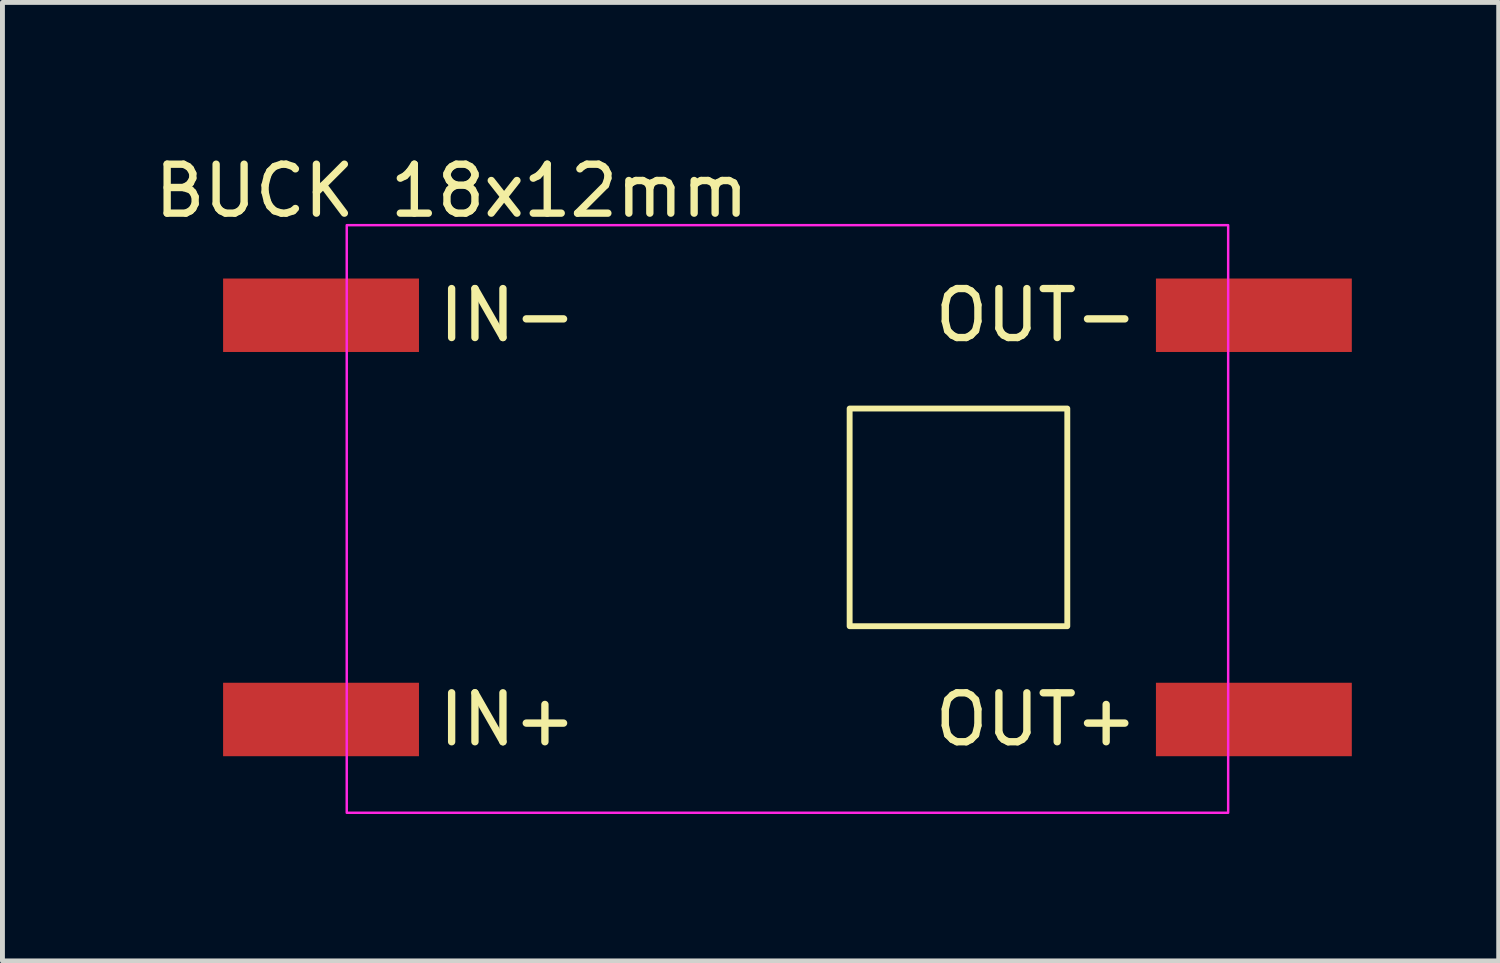
<source format=kicad_pcb>
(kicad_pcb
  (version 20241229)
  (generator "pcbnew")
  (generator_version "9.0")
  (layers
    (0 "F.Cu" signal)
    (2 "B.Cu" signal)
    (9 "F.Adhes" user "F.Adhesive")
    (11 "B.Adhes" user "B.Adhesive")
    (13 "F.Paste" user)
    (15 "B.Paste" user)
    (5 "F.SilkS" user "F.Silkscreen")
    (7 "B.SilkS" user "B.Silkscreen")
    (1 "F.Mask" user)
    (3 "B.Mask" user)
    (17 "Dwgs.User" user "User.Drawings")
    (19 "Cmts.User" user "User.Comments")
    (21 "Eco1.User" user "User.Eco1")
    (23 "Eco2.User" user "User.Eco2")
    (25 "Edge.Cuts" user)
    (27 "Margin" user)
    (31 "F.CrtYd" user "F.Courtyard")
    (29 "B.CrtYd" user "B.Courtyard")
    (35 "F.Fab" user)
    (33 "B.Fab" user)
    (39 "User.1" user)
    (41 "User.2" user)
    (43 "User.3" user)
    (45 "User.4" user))
  (footprint "BUCK 18x12mm"
    (layer "F.Cu")
    (at 13.031 7.833)
    (property "Reference" "BUCK 18x12mm" (at -6.858 -6.985 0) (unlocked yes) (layer "F.SilkS") (effects (font (size 1 1) (thickness 0.15))))
    (attr smd)
    (fp_rect (start 1.27 -2.54) (end 5.715 1.905) (stroke (width 0.12) (type solid)) (fill no) (layer "F.SilkS"))
    (fp_rect (start -9 -6.285) (end 9 5.715) (stroke (width 0.05) (type solid)) (fill no) (layer "F.CrtYd"))
    (fp_text user "OUT+" (at 5.08 3.81 0) (unlocked yes) (layer "F.SilkS") (effects (font (size 1 1) (thickness 0.15))))
    (fp_text user "IN+" (at -5.715 3.81 0) (unlocked yes) (layer "F.SilkS") (effects (font (size 1 1) (thickness 0.15))))
    (fp_text user "IN-" (at -5.715 -4.445 0) (unlocked yes) (layer "F.SilkS") (effects (font (size 1 1) (thickness 0.15))))
    (fp_text user "OUT-" (at 5.08 -4.445 0) (unlocked yes) (layer "F.SilkS") (effects (font (size 1 1) (thickness 0.15))))
    (pad "1" smd rect (at -9.525 3.81 90) (size 1.5 4) (layers "F.Cu" "F.Mask" "F.Paste"))
    (pad "2" smd rect (at -9.525 -4.445 90) (size 1.5 4) (layers "F.Cu" "F.Mask" "F.Paste"))
    (pad "3" smd rect (at 9.525 3.81 90) (size 1.5 4) (layers "F.Cu" "F.Mask" "F.Paste"))
    (pad "4" smd rect (at 9.525 -4.445 90) (size 1.5 4) (layers "F.Cu" "F.Mask" "F.Paste")))
  (gr_rect
    (start -3 -3)
    (end 27.556 16.573)
    (stroke (width 0.1) (type default))
    (fill no)
    (layer "Edge.Cuts")))
</source>
